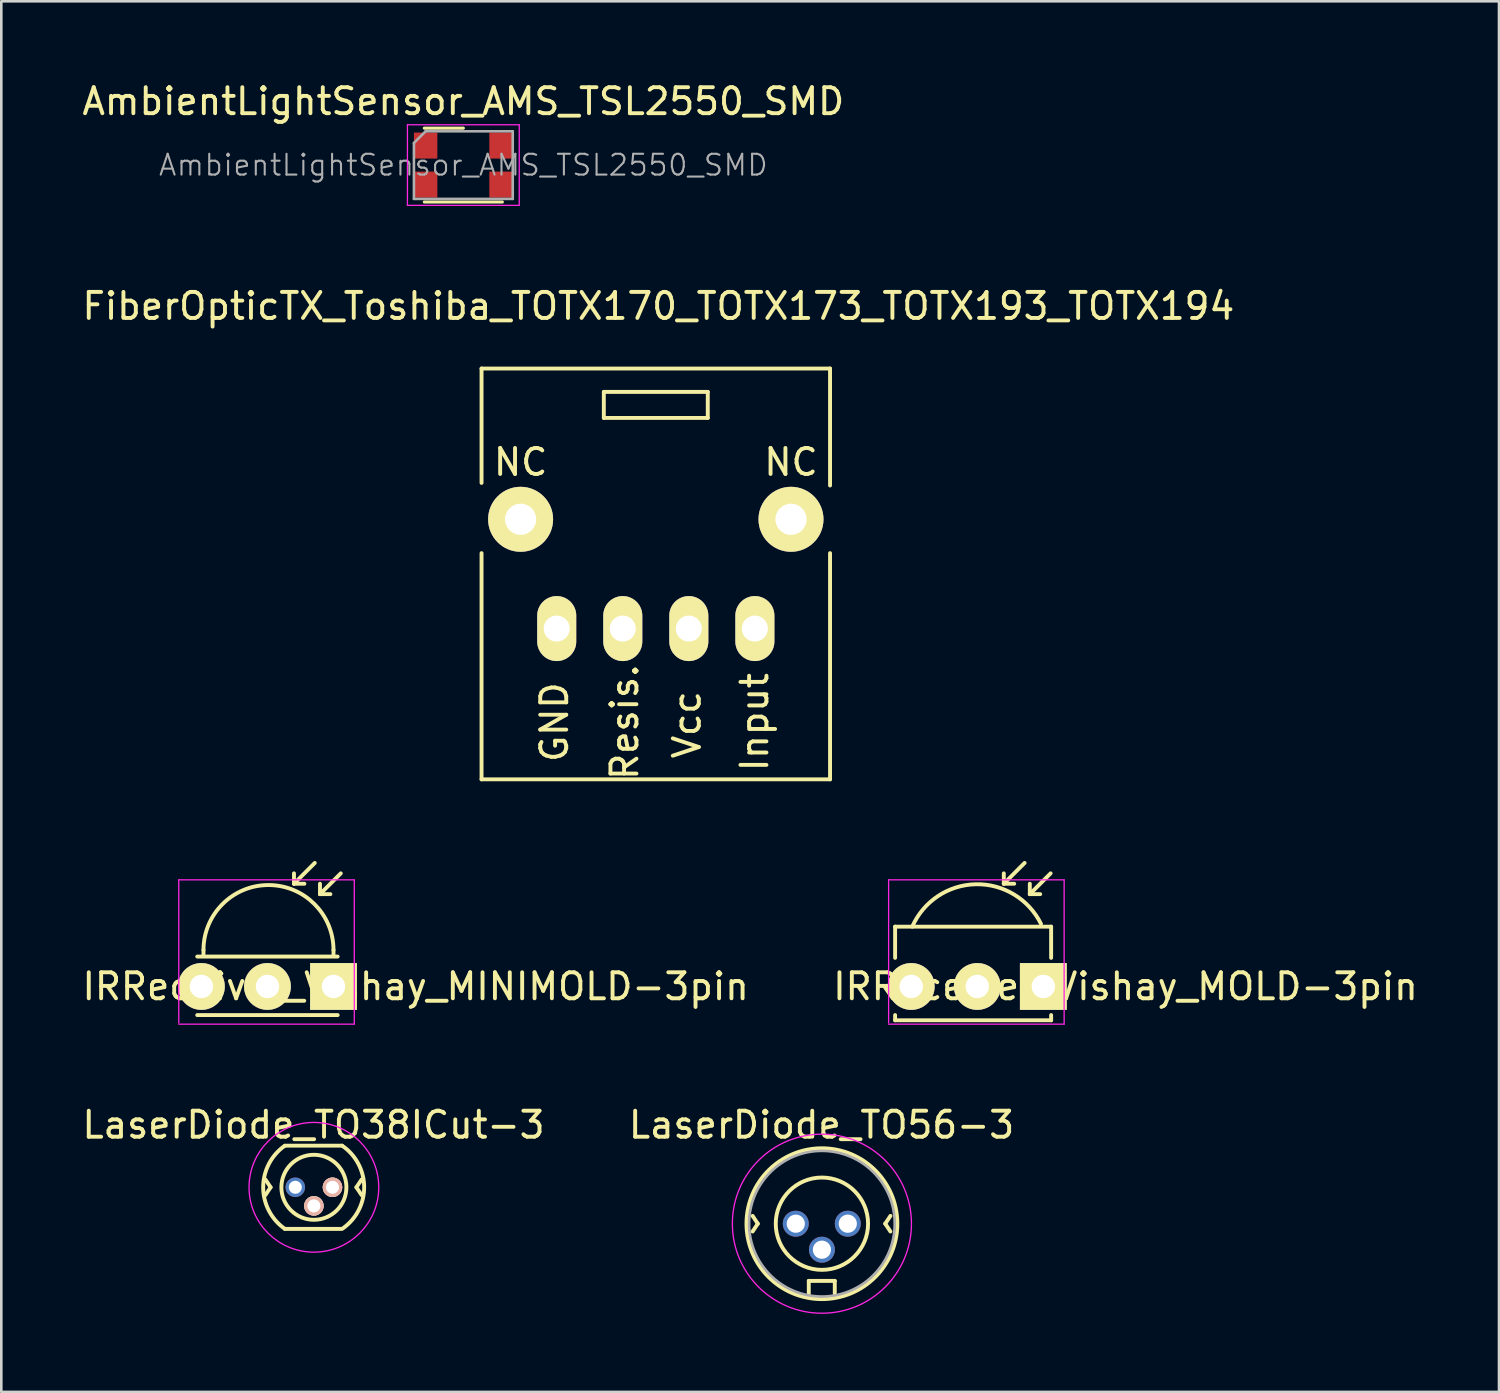
<source format=kicad_pcb>
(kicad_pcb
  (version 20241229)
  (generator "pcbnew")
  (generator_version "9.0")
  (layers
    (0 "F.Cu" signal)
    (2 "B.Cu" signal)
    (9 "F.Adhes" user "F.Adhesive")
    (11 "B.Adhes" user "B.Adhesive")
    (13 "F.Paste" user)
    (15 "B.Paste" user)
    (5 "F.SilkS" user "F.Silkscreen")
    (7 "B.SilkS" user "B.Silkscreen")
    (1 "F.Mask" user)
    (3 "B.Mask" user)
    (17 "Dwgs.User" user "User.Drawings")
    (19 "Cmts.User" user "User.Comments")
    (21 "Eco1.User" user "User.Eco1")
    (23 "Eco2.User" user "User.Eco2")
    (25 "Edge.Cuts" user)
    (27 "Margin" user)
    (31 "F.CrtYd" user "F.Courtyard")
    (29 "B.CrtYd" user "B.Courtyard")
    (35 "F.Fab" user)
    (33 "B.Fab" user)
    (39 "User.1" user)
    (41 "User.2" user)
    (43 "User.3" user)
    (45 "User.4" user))
  (footprint "FiberOpticTX_Toshiba_TOTX170_TOTX173_TOTX193_TOTX194"
    (layer "F.Cu")
    (at 22.169 19.021)
    (property "Reference" "FiberOpticTX_Toshiba_TOTX170_TOTX173_TOTX193_TOTX194" (at 0.099 -10.3 0) (layer "F.SilkS") (effects (font (size 1 1) (thickness 0.15))))
    (attr through_hole)
    (fp_line (start -6.701 -7.899) (end -6.701 -3.5) (stroke (width 0.15) (type solid)) (layer "F.SilkS"))
    (fp_line (start -6.701 7.899) (end -6.701 -0.8) (stroke (width 0.15) (type solid)) (layer "F.SilkS"))
    (fp_line (start -6.701 7.899) (end 6.701 7.899) (stroke (width 0.15) (type solid)) (layer "F.SilkS"))
    (fp_line (start -1.999 -7) (end 1.999 -7) (stroke (width 0.15) (type solid)) (layer "F.SilkS"))
    (fp_line (start -1.999 -5.999) (end -1.999 -7) (stroke (width 0.15) (type solid)) (layer "F.SilkS"))
    (fp_line (start 1.999 -7) (end 1.999 -5.999) (stroke (width 0.15) (type solid)) (layer "F.SilkS"))
    (fp_line (start 1.999 -5.999) (end -1.999 -5.999) (stroke (width 0.15) (type solid)) (layer "F.SilkS"))
    (fp_line (start 6.701 -7.899) (end -6.701 -7.899) (stroke (width 0.15) (type solid)) (layer "F.SilkS"))
    (fp_line (start 6.701 -7.899) (end 6.701 -3.401) (stroke (width 0.15) (type solid)) (layer "F.SilkS"))
    (fp_line (start 6.701 7.899) (end 6.701 -0.8) (stroke (width 0.15) (type solid)) (layer "F.SilkS"))
    (fp_text user "GND" (at -3.899 5.7 90) (layer "F.SilkS") (effects (font (size 1 1) (thickness 0.15))))
    (fp_text user "NC" (at -5.199 -4.3 0) (layer "F.SilkS") (effects (font (size 1 1) (thickness 0.15))))
    (fp_text user "Vcc" (at 1.199 5.799 90) (layer "F.SilkS") (effects (font (size 1 1) (thickness 0.15))))
    (fp_text user "NC" (at 5.199 -4.3 0) (layer "F.SilkS") (effects (font (size 1 1) (thickness 0.15))))
    (fp_text user "Input" (at 3.8 5.7 90) (layer "F.SilkS") (effects (font (size 1 1) (thickness 0.15))))
    (fp_text user "Resis." (at -1.199 5.7 90) (layer "F.SilkS") (effects (font (size 1 1) (thickness 0.15))))
    (pad "1" thru_hole oval (at -3.81 2.101) (size 1.501 2.499) (drill 1.001) (layers "*.Cu" "*.Mask" "F.SilkS"))
    (pad "2" thru_hole oval (at -1.27 2.101) (size 1.501 2.499) (drill 1.001) (layers "*.Cu" "*.Mask" "F.SilkS"))
    (pad "3" thru_hole oval (at 1.27 2.101) (size 1.501 2.499) (drill 1.001) (layers "*.Cu" "*.Mask" "F.SilkS"))
    (pad "4" thru_hole oval (at 3.81 2.101) (size 1.501 2.499) (drill 1.001) (layers "*.Cu" "*.Mask" "F.SilkS"))
    (pad "5" thru_hole circle (at 5.199 -2.101) (size 2.499 2.499) (drill 1.199) (layers "*.Cu" "*.Mask" "F.SilkS"))
    (pad "6" thru_hole circle (at -5.199 -2.101) (size 2.499 2.499) (drill 1.199) (layers "*.Cu" "*.Mask" "F.SilkS")))
  (footprint "AmbientLightSensor_AMS_TSL2550_SMD"
    (layer "F.Cu")
    (at 14.768 3.298)
    (property "Reference" "AmbientLightSensor_AMS_TSL2550_SMD" (at 0 -2.45 0) (layer "F.SilkS") (effects (font (size 1 1) (thickness 0.15))))
    (attr smd)
    (fp_line (start -1.5 -1.42) (end 0 -1.42) (stroke (width 0.12) (type solid)) (layer "F.SilkS"))
    (fp_line (start -1.5 1.42) (end 1.5 1.42) (stroke (width 0.12) (type solid)) (layer "F.SilkS"))
    (fp_line (start -2.15 -1.55) (end -2.15 1.55) (stroke (width 0.05) (type solid)) (layer "F.CrtYd"))
    (fp_line (start -2.15 -1.55) (end 2.15 -1.55) (stroke (width 0.05) (type solid)) (layer "F.CrtYd"))
    (fp_line (start 2.15 1.55) (end -2.15 1.55) (stroke (width 0.05) (type solid)) (layer "F.CrtYd"))
    (fp_line (start 2.15 1.55) (end 2.15 -1.55) (stroke (width 0.05) (type solid)) (layer "F.CrtYd"))
    (fp_line (start -1.9 -0.85) (end -1.9 1.3) (stroke (width 0.1) (type solid)) (layer "F.Fab"))
    (fp_line (start -1.9 1.3) (end 1.9 1.3) (stroke (width 0.1) (type solid)) (layer "F.Fab"))
    (fp_line (start -1.45 -1.3) (end -1.9 -0.85) (stroke (width 0.1) (type solid)) (layer "F.Fab"))
    (fp_line (start 1.9 -1.3) (end -1.45 -1.3) (stroke (width 0.1) (type solid)) (layer "F.Fab"))
    (fp_line (start 1.9 1.3) (end 1.9 -1.3) (stroke (width 0.1) (type solid)) (layer "F.Fab"))
    (fp_text user "${REFERENCE}" (at 0 0 0) (layer "F.Fab") (effects (font (size 0.8 0.8) (thickness 0.08))))
    (pad "1" smd rect (at -1.45 -0.75) (size 0.9 1) (layers "F.Cu" "F.Mask" "F.Paste"))
    (pad "2" smd rect (at -1.45 0.75) (size 0.9 1) (layers "F.Cu" "F.Mask" "F.Paste"))
    (pad "3" smd rect (at 1.45 0.75) (size 0.9 1) (layers "F.Cu" "F.Mask" "F.Paste"))
    (pad "4" smd rect (at 1.45 -0.75) (size 0.9 1) (layers "F.Cu" "F.Mask" "F.Paste")))
  (footprint "IRReceiver_Vishay_MINIMOLD-3pin"
    (layer "F.Cu")
    (at 9.775 34.885)
    (property "Reference" "IRReceiver_Vishay_MINIMOLD-3pin" (at 3.16 0 0) (layer "F.SilkS") (effects (font (size 1 1) (thickness 0.15))))
    (attr through_hole)
    (fp_line (start -5.24 -1.15) (end 0.16 -1.15) (stroke (width 0.15) (type solid)) (layer "F.SilkS"))
    (fp_line (start -5.24 1.1) (end 0.16 1.1) (stroke (width 0.15) (type solid)) (layer "F.SilkS"))
    (fp_line (start -5 -1.4) (end -5 -1.2) (stroke (width 0.15) (type solid)) (layer "F.SilkS"))
    (fp_line (start -1.52 -3.95) (end -1.52 -4.35) (stroke (width 0.15) (type solid)) (layer "F.SilkS"))
    (fp_line (start -1.52 -3.95) (end -1.12 -3.95) (stroke (width 0.15) (type solid)) (layer "F.SilkS"))
    (fp_line (start -1.52 -3.95) (end -0.72 -4.75) (stroke (width 0.15) (type solid)) (layer "F.SilkS"))
    (fp_line (start -0.52 -3.55) (end -0.52 -3.95) (stroke (width 0.15) (type solid)) (layer "F.SilkS"))
    (fp_line (start -0.52 -3.55) (end -0.12 -3.55) (stroke (width 0.15) (type solid)) (layer "F.SilkS"))
    (fp_line (start -0.52 -3.55) (end 0.28 -4.35) (stroke (width 0.15) (type solid)) (layer "F.SilkS"))
    (fp_line (start 0 -1.4) (end 0 -1.2) (stroke (width 0.15) (type solid)) (layer "F.SilkS"))
    (fp_arc (start -5 -1.4) (mid -2.5 -3.9) (end 0 -1.4) (stroke (width 0.15) (type solid)) (layer "F.SilkS"))
    (fp_line (start -5.95 -4.1) (end -5.95 1.4) (stroke (width 0.05) (type solid)) (layer "F.CrtYd"))
    (fp_line (start -5.95 1.45) (end 0.8 1.45) (stroke (width 0.05) (type solid)) (layer "F.CrtYd"))
    (fp_line (start 0.8 -4.1) (end -5.95 -4.1) (stroke (width 0.05) (type solid)) (layer "F.CrtYd"))
    (fp_line (start 0.8 1.45) (end 0.8 -4.1) (stroke (width 0.05) (type solid)) (layer "F.CrtYd"))
    (pad "1" thru_hole rect (at 0 0 180) (size 1.8 1.8) (drill 0.9) (layers "*.Cu" "*.Mask" "F.SilkS"))
    (pad "2" thru_hole circle (at -2.54 0 180) (size 1.8 1.8) (drill 0.9) (layers "*.Cu" "*.Mask" "F.SilkS"))
    (pad "3" thru_hole circle (at -5.08 0 180) (size 1.8 1.8) (drill 0.9) (layers "*.Cu" "*.Mask" "F.SilkS")))
  (footprint "LaserDiode_TO56-3"
    (layer "F.Cu")
    (at 27.552 44.008)
    (property "Reference" "LaserDiode_TO56-3" (at 0.99 -3.8 0) (layer "F.SilkS") (effects (font (size 1 1) (thickness 0.15))))
    (attr through_hole)
    (fp_line (start -1.66 -0.3) (end -1.46 0) (stroke (width 0.15) (type solid)) (layer "F.SilkS"))
    (fp_line (start -1.46 0) (end -1.66 0.3) (stroke (width 0.15) (type solid)) (layer "F.SilkS"))
    (fp_line (start 0.5 2.2) (end 1.5 2.2) (stroke (width 0.15) (type solid)) (layer "F.SilkS"))
    (fp_line (start 0.5 2.7) (end 0.5 2.2) (stroke (width 0.15) (type solid)) (layer "F.SilkS"))
    (fp_line (start 1.5 2.2) (end 1.5 2.7) (stroke (width 0.15) (type solid)) (layer "F.SilkS"))
    (fp_line (start 3.44 0) (end 3.64 0.3) (stroke (width 0.15) (type solid)) (layer "F.SilkS"))
    (fp_line (start 3.64 -0.3) (end 3.44 0) (stroke (width 0.15) (type solid)) (layer "F.SilkS"))
    (fp_circle (center 1.005 0) (end 2.78 0) (stroke (width 0.15) (type solid)) (fill no) (layer "F.SilkS"))
    (fp_circle (center 1.005 0) (end 3.905 0) (stroke (width 0.15) (type solid)) (fill no) (layer "F.SilkS"))
    (fp_circle (center 1.005 0) (end 4.3 1) (stroke (width 0.05) (type solid)) (fill no) (layer "F.CrtYd"))
    (fp_circle (center 1.005 0) (end 3.805 0) (stroke (width 0.1) (type solid)) (fill no) (layer "F.Fab"))
    (pad "1" thru_hole circle (at 0 0) (size 1 1) (drill 0.7) (layers "*.Cu" "*.Mask"))
    (pad "2" thru_hole circle (at 1.005 1) (size 1 1) (drill 0.7) (layers "*.Cu" "*.Mask"))
    (pad "3" thru_hole circle (at 2 0) (size 1 1) (drill 0.7) (layers "*.Cu" "*.Mask")))
  (footprint "LaserDiode_TO38ICut-3"
    (layer "F.Cu")
    (at 8.306 42.608)
    (property "Reference" "LaserDiode_TO38ICut-3" (at 0.7 -2.4 0) (layer "F.SilkS") (effects (font (size 1 1) (thickness 0.15))))
    (attr through_hole)
    (fp_line (start -1.15 -0.3) (end -0.95 0) (stroke (width 0.15) (type solid)) (layer "F.SilkS"))
    (fp_line (start -0.95 0) (end -1.15 0.3) (stroke (width 0.15) (type solid)) (layer "F.SilkS"))
    (fp_line (start -0.4 1.6) (end 1.8 1.6) (stroke (width 0.15) (type solid)) (layer "F.SilkS"))
    (fp_line (start 1.8 -1.6) (end -0.4 -1.6) (stroke (width 0.15) (type solid)) (layer "F.SilkS"))
    (fp_line (start 2.35 0) (end 2.55 0.3) (stroke (width 0.15) (type solid)) (layer "F.SilkS"))
    (fp_line (start 2.55 -0.3) (end 2.35 0) (stroke (width 0.15) (type solid)) (layer "F.SilkS"))
    (fp_arc (start -0.4 1.6) (mid -1.235181 0.004368) (end -0.407156 -1.59499) (stroke (width 0.15) (type solid)) (layer "F.SilkS"))
    (fp_arc (start 1.8 -1.6) (mid 2.647974 -0.028942) (end 1.847416 1.566799) (stroke (width 0.15) (type solid)) (layer "F.SilkS"))
    (fp_circle (center 0.715 0) (end 1.965 0) (stroke (width 0.15) (type solid)) (fill no) (layer "F.SilkS"))
    (fp_circle (center 0.715 0) (end 3 1) (stroke (width 0.05) (type solid)) (fill no) (layer "F.CrtYd"))
    (pad "1" thru_hole circle (at 0 0) (size 0.75 0.75) (drill 0.5) (layers "*.Cu" "*.Mask"))
    (pad "2" thru_hole circle (at 0.715 0.715) (size 0.75 0.75) (drill 0.5) (layers "*.Cu" "*.SilkS" "*.Mask"))
    (pad "3" thru_hole circle (at 1.43 0) (size 0.75 0.75) (drill 0.5) (layers "*.Cu" "*.SilkS" "*.Mask")))
  (footprint "IRReceiver_Vishay_MOLD-3pin"
    (layer "F.Cu")
    (at 37.072 34.885)
    (property "Reference" "IRReceiver_Vishay_MOLD-3pin" (at 3.16 0 0) (layer "F.SilkS") (effects (font (size 1 1) (thickness 0.15))))
    (attr through_hole)
    (fp_line (start -5.7 -2.3) (end -5.7 -1.1) (stroke (width 0.15) (type solid)) (layer "F.SilkS"))
    (fp_line (start -5.7 -2.3) (end 0.3 -2.3) (stroke (width 0.15) (type solid)) (layer "F.SilkS"))
    (fp_line (start -5.7 1.3) (end -5.7 1.1) (stroke (width 0.15) (type solid)) (layer "F.SilkS"))
    (fp_line (start -5.7 1.3) (end 0.3 1.3) (stroke (width 0.15) (type solid)) (layer "F.SilkS"))
    (fp_line (start -1.52 -3.95) (end -1.52 -4.35) (stroke (width 0.15) (type solid)) (layer "F.SilkS"))
    (fp_line (start -1.52 -3.95) (end -1.12 -3.95) (stroke (width 0.15) (type solid)) (layer "F.SilkS"))
    (fp_line (start -1.52 -3.95) (end -0.72 -4.75) (stroke (width 0.15) (type solid)) (layer "F.SilkS"))
    (fp_line (start -0.52 -3.55) (end -0.52 -3.95) (stroke (width 0.15) (type solid)) (layer "F.SilkS"))
    (fp_line (start -0.52 -3.55) (end -0.12 -3.55) (stroke (width 0.15) (type solid)) (layer "F.SilkS"))
    (fp_line (start -0.52 -3.55) (end 0.28 -4.35) (stroke (width 0.15) (type solid)) (layer "F.SilkS"))
    (fp_line (start 0.3 -2.3) (end 0.3 -1.1) (stroke (width 0.15) (type solid)) (layer "F.SilkS"))
    (fp_line (start 0.3 1.3) (end 0.3 1.1) (stroke (width 0.15) (type solid)) (layer "F.SilkS"))
    (fp_arc (start -5.04 -2.3) (mid -2.599607 -3.93065) (end -0.090382 -2.408045) (stroke (width 0.15) (type solid)) (layer "F.SilkS"))
    (fp_line (start -5.95 -4.1) (end -5.95 1.4) (stroke (width 0.05) (type solid)) (layer "F.CrtYd"))
    (fp_line (start -5.95 1.45) (end 0.8 1.45) (stroke (width 0.05) (type solid)) (layer "F.CrtYd"))
    (fp_line (start 0.8 -4.1) (end -5.95 -4.1) (stroke (width 0.05) (type solid)) (layer "F.CrtYd"))
    (fp_line (start 0.8 1.45) (end 0.8 -4.1) (stroke (width 0.05) (type solid)) (layer "F.CrtYd"))
    (pad "1" thru_hole rect (at 0 0 180) (size 1.8 1.8) (drill 0.9) (layers "*.Cu" "*.Mask" "F.SilkS"))
    (pad "2" thru_hole circle (at -2.54 0 180) (size 1.8 1.8) (drill 0.9) (layers "*.Cu" "*.Mask" "F.SilkS"))
    (pad "3" thru_hole circle (at -5.08 0 180) (size 1.8 1.8) (drill 0.9) (layers "*.Cu" "*.Mask" "F.SilkS")))
  (gr_rect
    (start -3 -3)
    (end 54.595 50.477)
    (stroke (width 0.1) (type default))
    (fill no)
    (layer "Edge.Cuts")))
</source>
